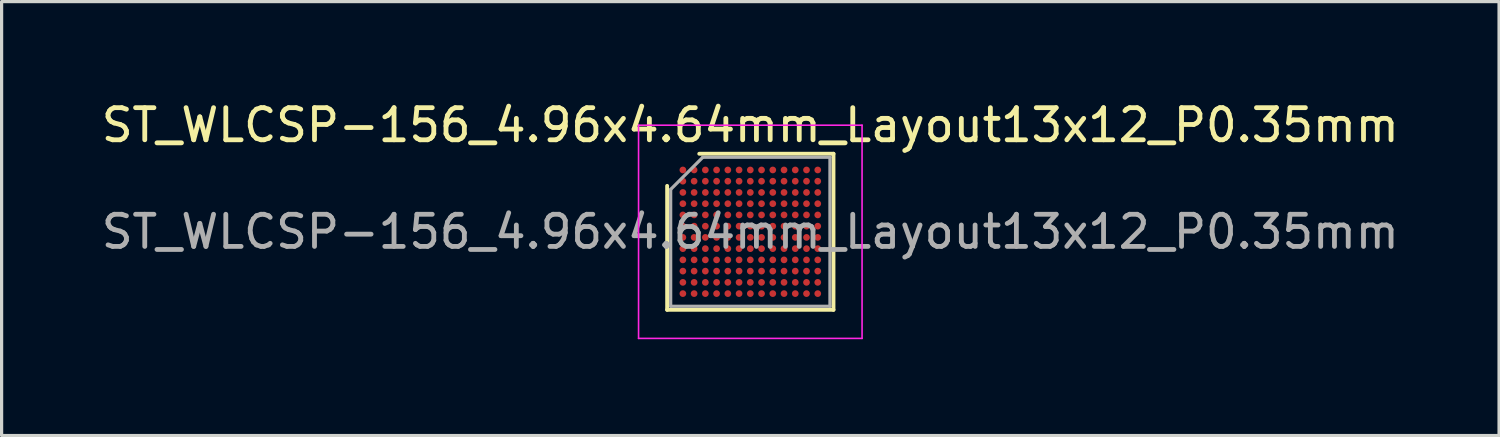
<source format=kicad_pcb>
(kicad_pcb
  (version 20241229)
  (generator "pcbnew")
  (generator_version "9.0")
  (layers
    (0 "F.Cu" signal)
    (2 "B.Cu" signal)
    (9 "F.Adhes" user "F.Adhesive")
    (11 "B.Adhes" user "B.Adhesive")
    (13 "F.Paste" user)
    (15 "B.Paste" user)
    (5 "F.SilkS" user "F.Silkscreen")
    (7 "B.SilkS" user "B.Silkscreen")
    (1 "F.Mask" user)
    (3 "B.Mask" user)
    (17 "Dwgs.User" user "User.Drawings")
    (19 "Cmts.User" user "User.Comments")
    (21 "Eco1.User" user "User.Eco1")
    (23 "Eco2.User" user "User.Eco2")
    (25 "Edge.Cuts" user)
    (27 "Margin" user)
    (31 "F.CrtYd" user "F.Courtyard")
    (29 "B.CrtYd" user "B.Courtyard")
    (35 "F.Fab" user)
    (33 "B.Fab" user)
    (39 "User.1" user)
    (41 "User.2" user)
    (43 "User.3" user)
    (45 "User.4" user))
  (footprint "ST_WLCSP-156_4.96x4.64mm_Layout13x12_P0.35mm"
    (layer "F.Cu")
    (at 20.315 4.168)
    (property "Reference" "ST_WLCSP-156_4.96x4.64mm_Layout13x12_P0.35mm" (at 0 -3.32 0) (layer "F.SilkS") (effects (font (size 1 1) (thickness 0.15))))
    (attr smd)
    (fp_line (start -2.59 2.43) (end -2.59 -1.43) (stroke (width 0.12) (type solid)) (layer "F.SilkS"))
    (fp_line (start -1.59 -2.43) (end 2.59 -2.43) (stroke (width 0.12) (type solid)) (layer "F.SilkS"))
    (fp_line (start 2.59 -2.43) (end 2.59 2.43) (stroke (width 0.12) (type solid)) (layer "F.SilkS"))
    (fp_line (start 2.59 2.43) (end -2.59 2.43) (stroke (width 0.12) (type solid)) (layer "F.SilkS"))
    (fp_line (start -3.48 -3.32) (end -3.48 3.32) (stroke (width 0.05) (type solid)) (layer "F.CrtYd"))
    (fp_line (start -3.48 3.32) (end 3.48 3.32) (stroke (width 0.05) (type solid)) (layer "F.CrtYd"))
    (fp_line (start 3.48 -3.32) (end -3.48 -3.32) (stroke (width 0.05) (type solid)) (layer "F.CrtYd"))
    (fp_line (start 3.48 3.32) (end 3.48 -3.32) (stroke (width 0.05) (type solid)) (layer "F.CrtYd"))
    (fp_line (start -2.48 -1.32) (end -1.48 -2.32) (stroke (width 0.1) (type solid)) (layer "F.Fab"))
    (fp_line (start -2.48 2.32) (end -2.48 -1.32) (stroke (width 0.1) (type solid)) (layer "F.Fab"))
    (fp_line (start -1.48 -2.32) (end 2.48 -2.32) (stroke (width 0.1) (type solid)) (layer "F.Fab"))
    (fp_line (start 2.48 -2.32) (end 2.48 2.32) (stroke (width 0.1) (type solid)) (layer "F.Fab"))
    (fp_line (start 2.48 2.32) (end -2.48 2.32) (stroke (width 0.1) (type solid)) (layer "F.Fab"))
    (fp_text user "${REFERENCE}" (at 0 0 0) (layer "F.Fab") (effects (font (size 1 1) (thickness 0.15))))
    (pad "A1" smd circle (at -2.1 -1.925) (size 0.21 0.21) (layers "F.Cu" "F.Mask" "F.Paste"))
    (pad "A2" smd circle (at -1.75 -1.925) (size 0.21 0.21) (layers "F.Cu" "F.Mask" "F.Paste"))
    (pad "A3" smd circle (at -1.4 -1.925) (size 0.21 0.21) (layers "F.Cu" "F.Mask" "F.Paste"))
    (pad "A4" smd circle (at -1.05 -1.925) (size 0.21 0.21) (layers "F.Cu" "F.Mask" "F.Paste"))
    (pad "A5" smd circle (at -0.7 -1.925) (size 0.21 0.21) (layers "F.Cu" "F.Mask" "F.Paste"))
    (pad "A6" smd circle (at -0.35 -1.925) (size 0.21 0.21) (layers "F.Cu" "F.Mask" "F.Paste"))
    (pad "A7" smd circle (at 0 -1.925) (size 0.21 0.21) (layers "F.Cu" "F.Mask" "F.Paste"))
    (pad "A8" smd circle (at 0.35 -1.925) (size 0.21 0.21) (layers "F.Cu" "F.Mask" "F.Paste"))
    (pad "A9" smd circle (at 0.7 -1.925) (size 0.21 0.21) (layers "F.Cu" "F.Mask" "F.Paste"))
    (pad "A10" smd circle (at 1.05 -1.925) (size 0.21 0.21) (layers "F.Cu" "F.Mask" "F.Paste"))
    (pad "A11" smd circle (at 1.4 -1.925) (size 0.21 0.21) (layers "F.Cu" "F.Mask" "F.Paste"))
    (pad "A12" smd circle (at 1.75 -1.925) (size 0.21 0.21) (layers "F.Cu" "F.Mask" "F.Paste"))
    (pad "A13" smd circle (at 2.1 -1.925) (size 0.21 0.21) (layers "F.Cu" "F.Mask" "F.Paste"))
    (pad "B1" smd circle (at -2.1 -1.575) (size 0.21 0.21) (layers "F.Cu" "F.Mask" "F.Paste"))
    (pad "B2" smd circle (at -1.75 -1.575) (size 0.21 0.21) (layers "F.Cu" "F.Mask" "F.Paste"))
    (pad "B3" smd circle (at -1.4 -1.575) (size 0.21 0.21) (layers "F.Cu" "F.Mask" "F.Paste"))
    (pad "B4" smd circle (at -1.05 -1.575) (size 0.21 0.21) (layers "F.Cu" "F.Mask" "F.Paste"))
    (pad "B5" smd circle (at -0.7 -1.575) (size 0.21 0.21) (layers "F.Cu" "F.Mask" "F.Paste"))
    (pad "B6" smd circle (at -0.35 -1.575) (size 0.21 0.21) (layers "F.Cu" "F.Mask" "F.Paste"))
    (pad "B7" smd circle (at 0 -1.575) (size 0.21 0.21) (layers "F.Cu" "F.Mask" "F.Paste"))
    (pad "B8" smd circle (at 0.35 -1.575) (size 0.21 0.21) (layers "F.Cu" "F.Mask" "F.Paste"))
    (pad "B9" smd circle (at 0.7 -1.575) (size 0.21 0.21) (layers "F.Cu" "F.Mask" "F.Paste"))
    (pad "B10" smd circle (at 1.05 -1.575) (size 0.21 0.21) (layers "F.Cu" "F.Mask" "F.Paste"))
    (pad "B11" smd circle (at 1.4 -1.575) (size 0.21 0.21) (layers "F.Cu" "F.Mask" "F.Paste"))
    (pad "B12" smd circle (at 1.75 -1.575) (size 0.21 0.21) (layers "F.Cu" "F.Mask" "F.Paste"))
    (pad "B13" smd circle (at 2.1 -1.575) (size 0.21 0.21) (layers "F.Cu" "F.Mask" "F.Paste"))
    (pad "C1" smd circle (at -2.1 -1.225) (size 0.21 0.21) (layers "F.Cu" "F.Mask" "F.Paste"))
    (pad "C2" smd circle (at -1.75 -1.225) (size 0.21 0.21) (layers "F.Cu" "F.Mask" "F.Paste"))
    (pad "C3" smd circle (at -1.4 -1.225) (size 0.21 0.21) (layers "F.Cu" "F.Mask" "F.Paste"))
    (pad "C4" smd circle (at -1.05 -1.225) (size 0.21 0.21) (layers "F.Cu" "F.Mask" "F.Paste"))
    (pad "C5" smd circle (at -0.7 -1.225) (size 0.21 0.21) (layers "F.Cu" "F.Mask" "F.Paste"))
    (pad "C6" smd circle (at -0.35 -1.225) (size 0.21 0.21) (layers "F.Cu" "F.Mask" "F.Paste"))
    (pad "C7" smd circle (at 0 -1.225) (size 0.21 0.21) (layers "F.Cu" "F.Mask" "F.Paste"))
    (pad "C8" smd circle (at 0.35 -1.225) (size 0.21 0.21) (layers "F.Cu" "F.Mask" "F.Paste"))
    (pad "C9" smd circle (at 0.7 -1.225) (size 0.21 0.21) (layers "F.Cu" "F.Mask" "F.Paste"))
    (pad "C10" smd circle (at 1.05 -1.225) (size 0.21 0.21) (layers "F.Cu" "F.Mask" "F.Paste"))
    (pad "C11" smd circle (at 1.4 -1.225) (size 0.21 0.21) (layers "F.Cu" "F.Mask" "F.Paste"))
    (pad "C12" smd circle (at 1.75 -1.225) (size 0.21 0.21) (layers "F.Cu" "F.Mask" "F.Paste"))
    (pad "C13" smd circle (at 2.1 -1.225) (size 0.21 0.21) (layers "F.Cu" "F.Mask" "F.Paste"))
    (pad "D1" smd circle (at -2.1 -0.875) (size 0.21 0.21) (layers "F.Cu" "F.Mask" "F.Paste"))
    (pad "D2" smd circle (at -1.75 -0.875) (size 0.21 0.21) (layers "F.Cu" "F.Mask" "F.Paste"))
    (pad "D3" smd circle (at -1.4 -0.875) (size 0.21 0.21) (layers "F.Cu" "F.Mask" "F.Paste"))
    (pad "D4" smd circle (at -1.05 -0.875) (size 0.21 0.21) (layers "F.Cu" "F.Mask" "F.Paste"))
    (pad "D5" smd circle (at -0.7 -0.875) (size 0.21 0.21) (layers "F.Cu" "F.Mask" "F.Paste"))
    (pad "D6" smd circle (at -0.35 -0.875) (size 0.21 0.21) (layers "F.Cu" "F.Mask" "F.Paste"))
    (pad "D7" smd circle (at 0 -0.875) (size 0.21 0.21) (layers "F.Cu" "F.Mask" "F.Paste"))
    (pad "D8" smd circle (at 0.35 -0.875) (size 0.21 0.21) (layers "F.Cu" "F.Mask" "F.Paste"))
    (pad "D9" smd circle (at 0.7 -0.875) (size 0.21 0.21) (layers "F.Cu" "F.Mask" "F.Paste"))
    (pad "D10" smd circle (at 1.05 -0.875) (size 0.21 0.21) (layers "F.Cu" "F.Mask" "F.Paste"))
    (pad "D11" smd circle (at 1.4 -0.875) (size 0.21 0.21) (layers "F.Cu" "F.Mask" "F.Paste"))
    (pad "D12" smd circle (at 1.75 -0.875) (size 0.21 0.21) (layers "F.Cu" "F.Mask" "F.Paste"))
    (pad "D13" smd circle (at 2.1 -0.875) (size 0.21 0.21) (layers "F.Cu" "F.Mask" "F.Paste"))
    (pad "E1" smd circle (at -2.1 -0.525) (size 0.21 0.21) (layers "F.Cu" "F.Mask" "F.Paste"))
    (pad "E2" smd circle (at -1.75 -0.525) (size 0.21 0.21) (layers "F.Cu" "F.Mask" "F.Paste"))
    (pad "E3" smd circle (at -1.4 -0.525) (size 0.21 0.21) (layers "F.Cu" "F.Mask" "F.Paste"))
    (pad "E4" smd circle (at -1.05 -0.525) (size 0.21 0.21) (layers "F.Cu" "F.Mask" "F.Paste"))
    (pad "E5" smd circle (at -0.7 -0.525) (size 0.21 0.21) (layers "F.Cu" "F.Mask" "F.Paste"))
    (pad "E6" smd circle (at -0.35 -0.525) (size 0.21 0.21) (layers "F.Cu" "F.Mask" "F.Paste"))
    (pad "E7" smd circle (at 0 -0.525) (size 0.21 0.21) (layers "F.Cu" "F.Mask" "F.Paste"))
    (pad "E8" smd circle (at 0.35 -0.525) (size 0.21 0.21) (layers "F.Cu" "F.Mask" "F.Paste"))
    (pad "E9" smd circle (at 0.7 -0.525) (size 0.21 0.21) (layers "F.Cu" "F.Mask" "F.Paste"))
    (pad "E10" smd circle (at 1.05 -0.525) (size 0.21 0.21) (layers "F.Cu" "F.Mask" "F.Paste"))
    (pad "E11" smd circle (at 1.4 -0.525) (size 0.21 0.21) (layers "F.Cu" "F.Mask" "F.Paste"))
    (pad "E12" smd circle (at 1.75 -0.525) (size 0.21 0.21) (layers "F.Cu" "F.Mask" "F.Paste"))
    (pad "E13" smd circle (at 2.1 -0.525) (size 0.21 0.21) (layers "F.Cu" "F.Mask" "F.Paste"))
    (pad "F1" smd circle (at -2.1 -0.175) (size 0.21 0.21) (layers "F.Cu" "F.Mask" "F.Paste"))
    (pad "F2" smd circle (at -1.75 -0.175) (size 0.21 0.21) (layers "F.Cu" "F.Mask" "F.Paste"))
    (pad "F3" smd circle (at -1.4 -0.175) (size 0.21 0.21) (layers "F.Cu" "F.Mask" "F.Paste"))
    (pad "F4" smd circle (at -1.05 -0.175) (size 0.21 0.21) (layers "F.Cu" "F.Mask" "F.Paste"))
    (pad "F5" smd circle (at -0.7 -0.175) (size 0.21 0.21) (layers "F.Cu" "F.Mask" "F.Paste"))
    (pad "F6" smd circle (at -0.35 -0.175) (size 0.21 0.21) (layers "F.Cu" "F.Mask" "F.Paste"))
    (pad "F7" smd circle (at 0 -0.175) (size 0.21 0.21) (layers "F.Cu" "F.Mask" "F.Paste"))
    (pad "F8" smd circle (at 0.35 -0.175) (size 0.21 0.21) (layers "F.Cu" "F.Mask" "F.Paste"))
    (pad "F9" smd circle (at 0.7 -0.175) (size 0.21 0.21) (layers "F.Cu" "F.Mask" "F.Paste"))
    (pad "F10" smd circle (at 1.05 -0.175) (size 0.21 0.21) (layers "F.Cu" "F.Mask" "F.Paste"))
    (pad "F11" smd circle (at 1.4 -0.175) (size 0.21 0.21) (layers "F.Cu" "F.Mask" "F.Paste"))
    (pad "F12" smd circle (at 1.75 -0.175) (size 0.21 0.21) (layers "F.Cu" "F.Mask" "F.Paste"))
    (pad "F13" smd circle (at 2.1 -0.175) (size 0.21 0.21) (layers "F.Cu" "F.Mask" "F.Paste"))
    (pad "G1" smd circle (at -2.1 0.175) (size 0.21 0.21) (layers "F.Cu" "F.Mask" "F.Paste"))
    (pad "G2" smd circle (at -1.75 0.175) (size 0.21 0.21) (layers "F.Cu" "F.Mask" "F.Paste"))
    (pad "G3" smd circle (at -1.4 0.175) (size 0.21 0.21) (layers "F.Cu" "F.Mask" "F.Paste"))
    (pad "G4" smd circle (at -1.05 0.175) (size 0.21 0.21) (layers "F.Cu" "F.Mask" "F.Paste"))
    (pad "G5" smd circle (at -0.7 0.175) (size 0.21 0.21) (layers "F.Cu" "F.Mask" "F.Paste"))
    (pad "G6" smd circle (at -0.35 0.175) (size 0.21 0.21) (layers "F.Cu" "F.Mask" "F.Paste"))
    (pad "G7" smd circle (at 0 0.175) (size 0.21 0.21) (layers "F.Cu" "F.Mask" "F.Paste"))
    (pad "G8" smd circle (at 0.35 0.175) (size 0.21 0.21) (layers "F.Cu" "F.Mask" "F.Paste"))
    (pad "G9" smd circle (at 0.7 0.175) (size 0.21 0.21) (layers "F.Cu" "F.Mask" "F.Paste"))
    (pad "G10" smd circle (at 1.05 0.175) (size 0.21 0.21) (layers "F.Cu" "F.Mask" "F.Paste"))
    (pad "G11" smd circle (at 1.4 0.175) (size 0.21 0.21) (layers "F.Cu" "F.Mask" "F.Paste"))
    (pad "G12" smd circle (at 1.75 0.175) (size 0.21 0.21) (layers "F.Cu" "F.Mask" "F.Paste"))
    (pad "G13" smd circle (at 2.1 0.175) (size 0.21 0.21) (layers "F.Cu" "F.Mask" "F.Paste"))
    (pad "H1" smd circle (at -2.1 0.525) (size 0.21 0.21) (layers "F.Cu" "F.Mask" "F.Paste"))
    (pad "H2" smd circle (at -1.75 0.525) (size 0.21 0.21) (layers "F.Cu" "F.Mask" "F.Paste"))
    (pad "H3" smd circle (at -1.4 0.525) (size 0.21 0.21) (layers "F.Cu" "F.Mask" "F.Paste"))
    (pad "H4" smd circle (at -1.05 0.525) (size 0.21 0.21) (layers "F.Cu" "F.Mask" "F.Paste"))
    (pad "H5" smd circle (at -0.7 0.525) (size 0.21 0.21) (layers "F.Cu" "F.Mask" "F.Paste"))
    (pad "H6" smd circle (at -0.35 0.525) (size 0.21 0.21) (layers "F.Cu" "F.Mask" "F.Paste"))
    (pad "H7" smd circle (at 0 0.525) (size 0.21 0.21) (layers "F.Cu" "F.Mask" "F.Paste"))
    (pad "H8" smd circle (at 0.35 0.525) (size 0.21 0.21) (layers "F.Cu" "F.Mask" "F.Paste"))
    (pad "H9" smd circle (at 0.7 0.525) (size 0.21 0.21) (layers "F.Cu" "F.Mask" "F.Paste"))
    (pad "H10" smd circle (at 1.05 0.525) (size 0.21 0.21) (layers "F.Cu" "F.Mask" "F.Paste"))
    (pad "H11" smd circle (at 1.4 0.525) (size 0.21 0.21) (layers "F.Cu" "F.Mask" "F.Paste"))
    (pad "H12" smd circle (at 1.75 0.525) (size 0.21 0.21) (layers "F.Cu" "F.Mask" "F.Paste"))
    (pad "H13" smd circle (at 2.1 0.525) (size 0.21 0.21) (layers "F.Cu" "F.Mask" "F.Paste"))
    (pad "J1" smd circle (at -2.1 0.875) (size 0.21 0.21) (layers "F.Cu" "F.Mask" "F.Paste"))
    (pad "J2" smd circle (at -1.75 0.875) (size 0.21 0.21) (layers "F.Cu" "F.Mask" "F.Paste"))
    (pad "J3" smd circle (at -1.4 0.875) (size 0.21 0.21) (layers "F.Cu" "F.Mask" "F.Paste"))
    (pad "J4" smd circle (at -1.05 0.875) (size 0.21 0.21) (layers "F.Cu" "F.Mask" "F.Paste"))
    (pad "J5" smd circle (at -0.7 0.875) (size 0.21 0.21) (layers "F.Cu" "F.Mask" "F.Paste"))
    (pad "J6" smd circle (at -0.35 0.875) (size 0.21 0.21) (layers "F.Cu" "F.Mask" "F.Paste"))
    (pad "J7" smd circle (at 0 0.875) (size 0.21 0.21) (layers "F.Cu" "F.Mask" "F.Paste"))
    (pad "J8" smd circle (at 0.35 0.875) (size 0.21 0.21) (layers "F.Cu" "F.Mask" "F.Paste"))
    (pad "J9" smd circle (at 0.7 0.875) (size 0.21 0.21) (layers "F.Cu" "F.Mask" "F.Paste"))
    (pad "J10" smd circle (at 1.05 0.875) (size 0.21 0.21) (layers "F.Cu" "F.Mask" "F.Paste"))
    (pad "J11" smd circle (at 1.4 0.875) (size 0.21 0.21) (layers "F.Cu" "F.Mask" "F.Paste"))
    (pad "J12" smd circle (at 1.75 0.875) (size 0.21 0.21) (layers "F.Cu" "F.Mask" "F.Paste"))
    (pad "J13" smd circle (at 2.1 0.875) (size 0.21 0.21) (layers "F.Cu" "F.Mask" "F.Paste"))
    (pad "K1" smd circle (at -2.1 1.225) (size 0.21 0.21) (layers "F.Cu" "F.Mask" "F.Paste"))
    (pad "K2" smd circle (at -1.75 1.225) (size 0.21 0.21) (layers "F.Cu" "F.Mask" "F.Paste"))
    (pad "K3" smd circle (at -1.4 1.225) (size 0.21 0.21) (layers "F.Cu" "F.Mask" "F.Paste"))
    (pad "K4" smd circle (at -1.05 1.225) (size 0.21 0.21) (layers "F.Cu" "F.Mask" "F.Paste"))
    (pad "K5" smd circle (at -0.7 1.225) (size 0.21 0.21) (layers "F.Cu" "F.Mask" "F.Paste"))
    (pad "K6" smd circle (at -0.35 1.225) (size 0.21 0.21) (layers "F.Cu" "F.Mask" "F.Paste"))
    (pad "K7" smd circle (at 0 1.225) (size 0.21 0.21) (layers "F.Cu" "F.Mask" "F.Paste"))
    (pad "K8" smd circle (at 0.35 1.225) (size 0.21 0.21) (layers "F.Cu" "F.Mask" "F.Paste"))
    (pad "K9" smd circle (at 0.7 1.225) (size 0.21 0.21) (layers "F.Cu" "F.Mask" "F.Paste"))
    (pad "K10" smd circle (at 1.05 1.225) (size 0.21 0.21) (layers "F.Cu" "F.Mask" "F.Paste"))
    (pad "K11" smd circle (at 1.4 1.225) (size 0.21 0.21) (layers "F.Cu" "F.Mask" "F.Paste"))
    (pad "K12" smd circle (at 1.75 1.225) (size 0.21 0.21) (layers "F.Cu" "F.Mask" "F.Paste"))
    (pad "K13" smd circle (at 2.1 1.225) (size 0.21 0.21) (layers "F.Cu" "F.Mask" "F.Paste"))
    (pad "L1" smd circle (at -2.1 1.575) (size 0.21 0.21) (layers "F.Cu" "F.Mask" "F.Paste"))
    (pad "L2" smd circle (at -1.75 1.575) (size 0.21 0.21) (layers "F.Cu" "F.Mask" "F.Paste"))
    (pad "L3" smd circle (at -1.4 1.575) (size 0.21 0.21) (layers "F.Cu" "F.Mask" "F.Paste"))
    (pad "L4" smd circle (at -1.05 1.575) (size 0.21 0.21) (layers "F.Cu" "F.Mask" "F.Paste"))
    (pad "L5" smd circle (at -0.7 1.575) (size 0.21 0.21) (layers "F.Cu" "F.Mask" "F.Paste"))
    (pad "L6" smd circle (at -0.35 1.575) (size 0.21 0.21) (layers "F.Cu" "F.Mask" "F.Paste"))
    (pad "L7" smd circle (at 0 1.575) (size 0.21 0.21) (layers "F.Cu" "F.Mask" "F.Paste"))
    (pad "L8" smd circle (at 0.35 1.575) (size 0.21 0.21) (layers "F.Cu" "F.Mask" "F.Paste"))
    (pad "L9" smd circle (at 0.7 1.575) (size 0.21 0.21) (layers "F.Cu" "F.Mask" "F.Paste"))
    (pad "L10" smd circle (at 1.05 1.575) (size 0.21 0.21) (layers "F.Cu" "F.Mask" "F.Paste"))
    (pad "L11" smd circle (at 1.4 1.575) (size 0.21 0.21) (layers "F.Cu" "F.Mask" "F.Paste"))
    (pad "L12" smd circle (at 1.75 1.575) (size 0.21 0.21) (layers "F.Cu" "F.Mask" "F.Paste"))
    (pad "L13" smd circle (at 2.1 1.575) (size 0.21 0.21) (layers "F.Cu" "F.Mask" "F.Paste"))
    (pad "M1" smd circle (at -2.1 1.925) (size 0.21 0.21) (layers "F.Cu" "F.Mask" "F.Paste"))
    (pad "M2" smd circle (at -1.75 1.925) (size 0.21 0.21) (layers "F.Cu" "F.Mask" "F.Paste"))
    (pad "M3" smd circle (at -1.4 1.925) (size 0.21 0.21) (layers "F.Cu" "F.Mask" "F.Paste"))
    (pad "M4" smd circle (at -1.05 1.925) (size 0.21 0.21) (layers "F.Cu" "F.Mask" "F.Paste"))
    (pad "M5" smd circle (at -0.7 1.925) (size 0.21 0.21) (layers "F.Cu" "F.Mask" "F.Paste"))
    (pad "M6" smd circle (at -0.35 1.925) (size 0.21 0.21) (layers "F.Cu" "F.Mask" "F.Paste"))
    (pad "M7" smd circle (at 0 1.925) (size 0.21 0.21) (layers "F.Cu" "F.Mask" "F.Paste"))
    (pad "M8" smd circle (at 0.35 1.925) (size 0.21 0.21) (layers "F.Cu" "F.Mask" "F.Paste"))
    (pad "M9" smd circle (at 0.7 1.925) (size 0.21 0.21) (layers "F.Cu" "F.Mask" "F.Paste"))
    (pad "M10" smd circle (at 1.05 1.925) (size 0.21 0.21) (layers "F.Cu" "F.Mask" "F.Paste"))
    (pad "M11" smd circle (at 1.4 1.925) (size 0.21 0.21) (layers "F.Cu" "F.Mask" "F.Paste"))
    (pad "M12" smd circle (at 1.75 1.925) (size 0.21 0.21) (layers "F.Cu" "F.Mask" "F.Paste"))
    (pad "M13" smd circle (at 2.1 1.925) (size 0.21 0.21) (layers "F.Cu" "F.Mask" "F.Paste")))
  (gr_rect
    (start -3 -3)
    (end 43.631 10.513)
    (stroke (width 0.1) (type default))
    (fill no)
    (layer "Edge.Cuts")))
</source>
